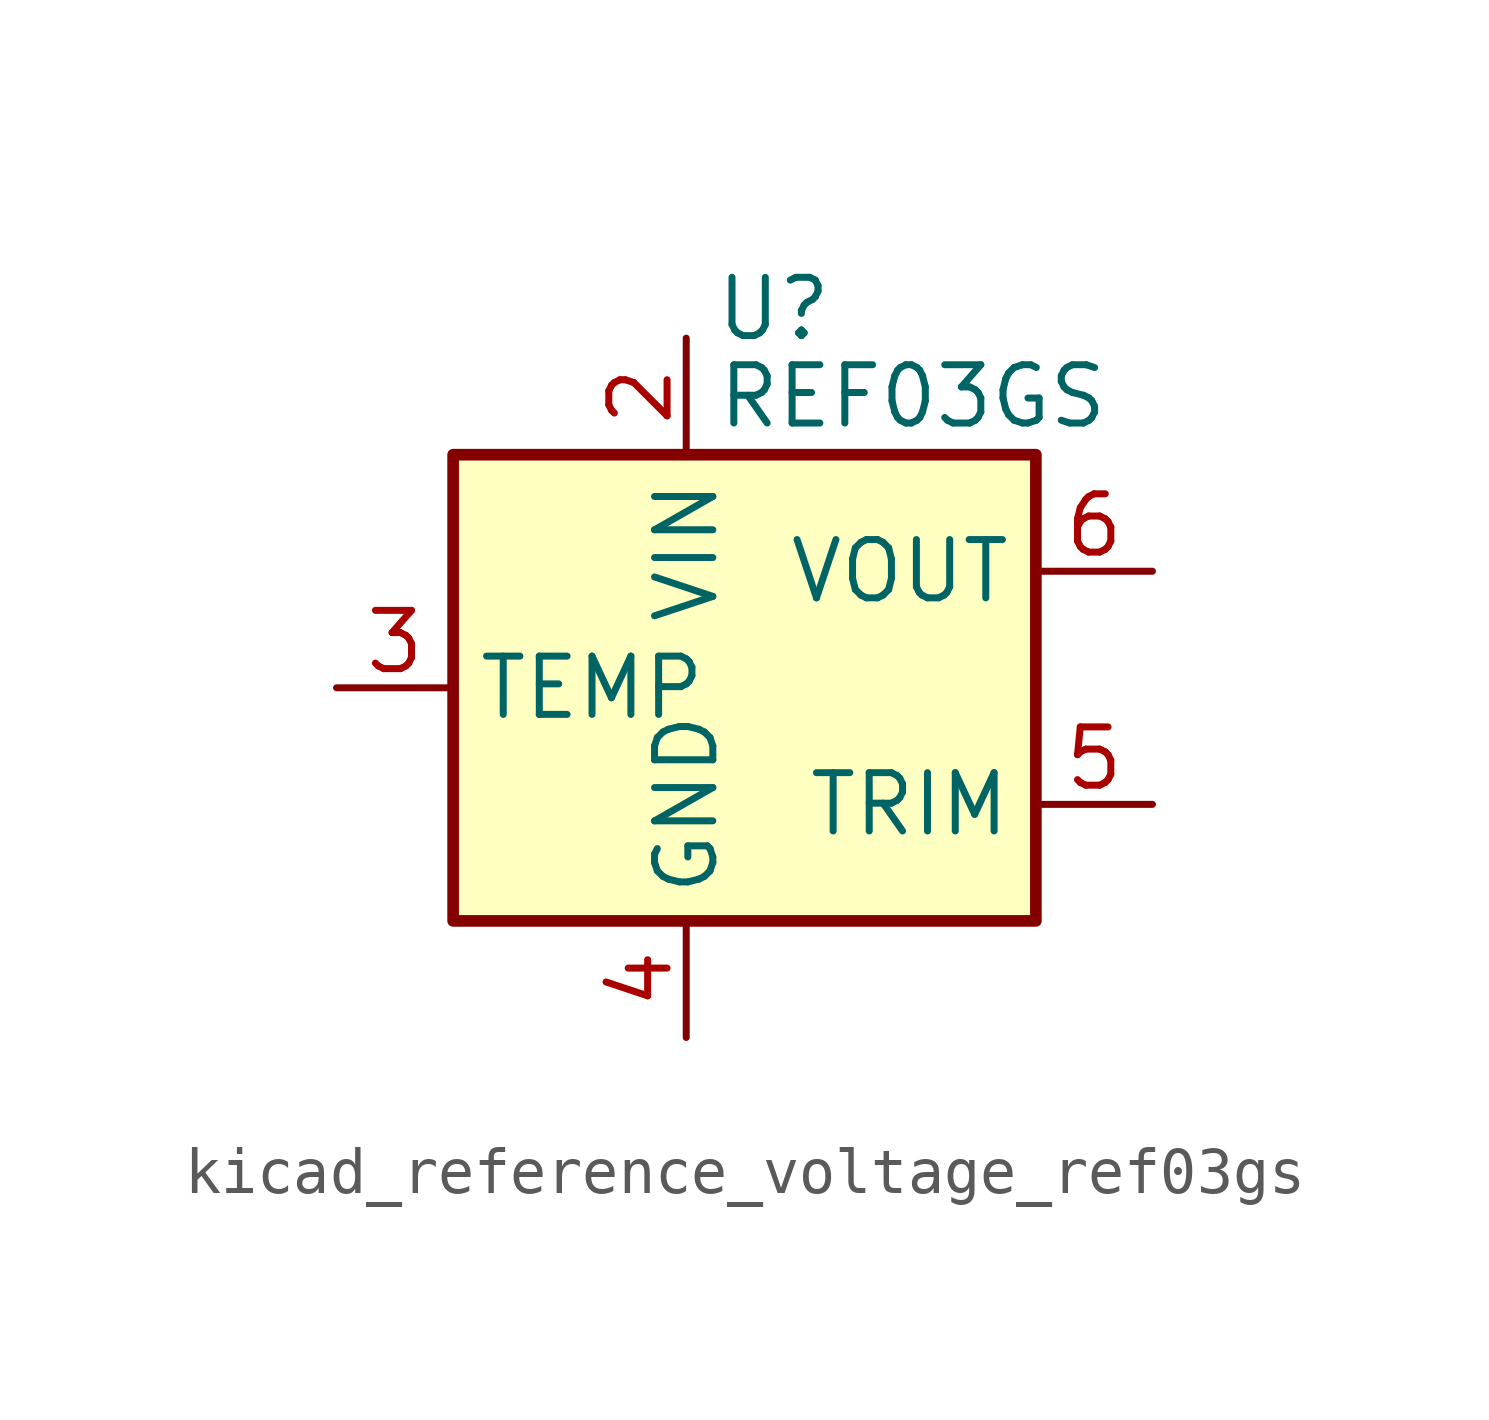
<source format=kicad_sym>
(kicad_symbol_lib
  (version 20220914)
  (generator kicad_symbol_editor)
  (symbol "kicad_reference_voltage_ref03gs"
    (property "Reference" "U"
      (at 1.905 8.255 0)
      (effects (font (size 1.27 1.27))))
    (property "Value" "REF03GS"
      (at 0.635 6.35 0)
      (effects (font (size 1.27 1.27)) (justify left)))
    (symbol "kicad_reference_voltage_ref03gs_0_1"
      (rectangle (start -5.08 5.08) (end 7.62 -5.08) (stroke (width 0.254) (type default)) (fill (type background))))
    (symbol "kicad_reference_voltage_ref03gs_1_1"
      (pin no_connect line (at 2.54 -5.08 90) (length 2.54) hide (name "NC" (effects (font (size 1.27 1.27)))) (number "1" (effects (font (size 1.27 1.27)))))
      (pin power_in line (at 0 7.62 270) (length 2.54) (name "VIN" (effects (font (size 1.27 1.27)))) (number "2" (effects (font (size 1.27 1.27)))))
      (pin passive line (at -7.62 0 0) (length 2.54) (name "TEMP" (effects (font (size 1.27 1.27)))) (number "3" (effects (font (size 1.27 1.27)))))
      (pin power_in line (at 0 -7.62 90) (length 2.54) (name "GND" (effects (font (size 1.27 1.27)))) (number "4" (effects (font (size 1.27 1.27)))))
      (pin passive line (at 10.16 -2.54 180) (length 2.54) (name "TRIM" (effects (font (size 1.27 1.27)))) (number "5" (effects (font (size 1.27 1.27)))))
      (pin power_out line (at 10.16 2.54 180) (length 2.54) (name "VOUT" (effects (font (size 1.27 1.27)))) (number "6" (effects (font (size 1.27 1.27)))))
      (pin no_connect line (at -2.54 -5.08 90) (length 2.54) hide (name "NC" (effects (font (size 1.27 1.27)))) (number "7" (effects (font (size 1.27 1.27)))))
      (pin no_connect line (at 7.62 0 180) (length 2.54) hide (name "NC" (effects (font (size 1.27 1.27)))) (number "8" (effects (font (size 1.27 1.27))))))))
</source>
